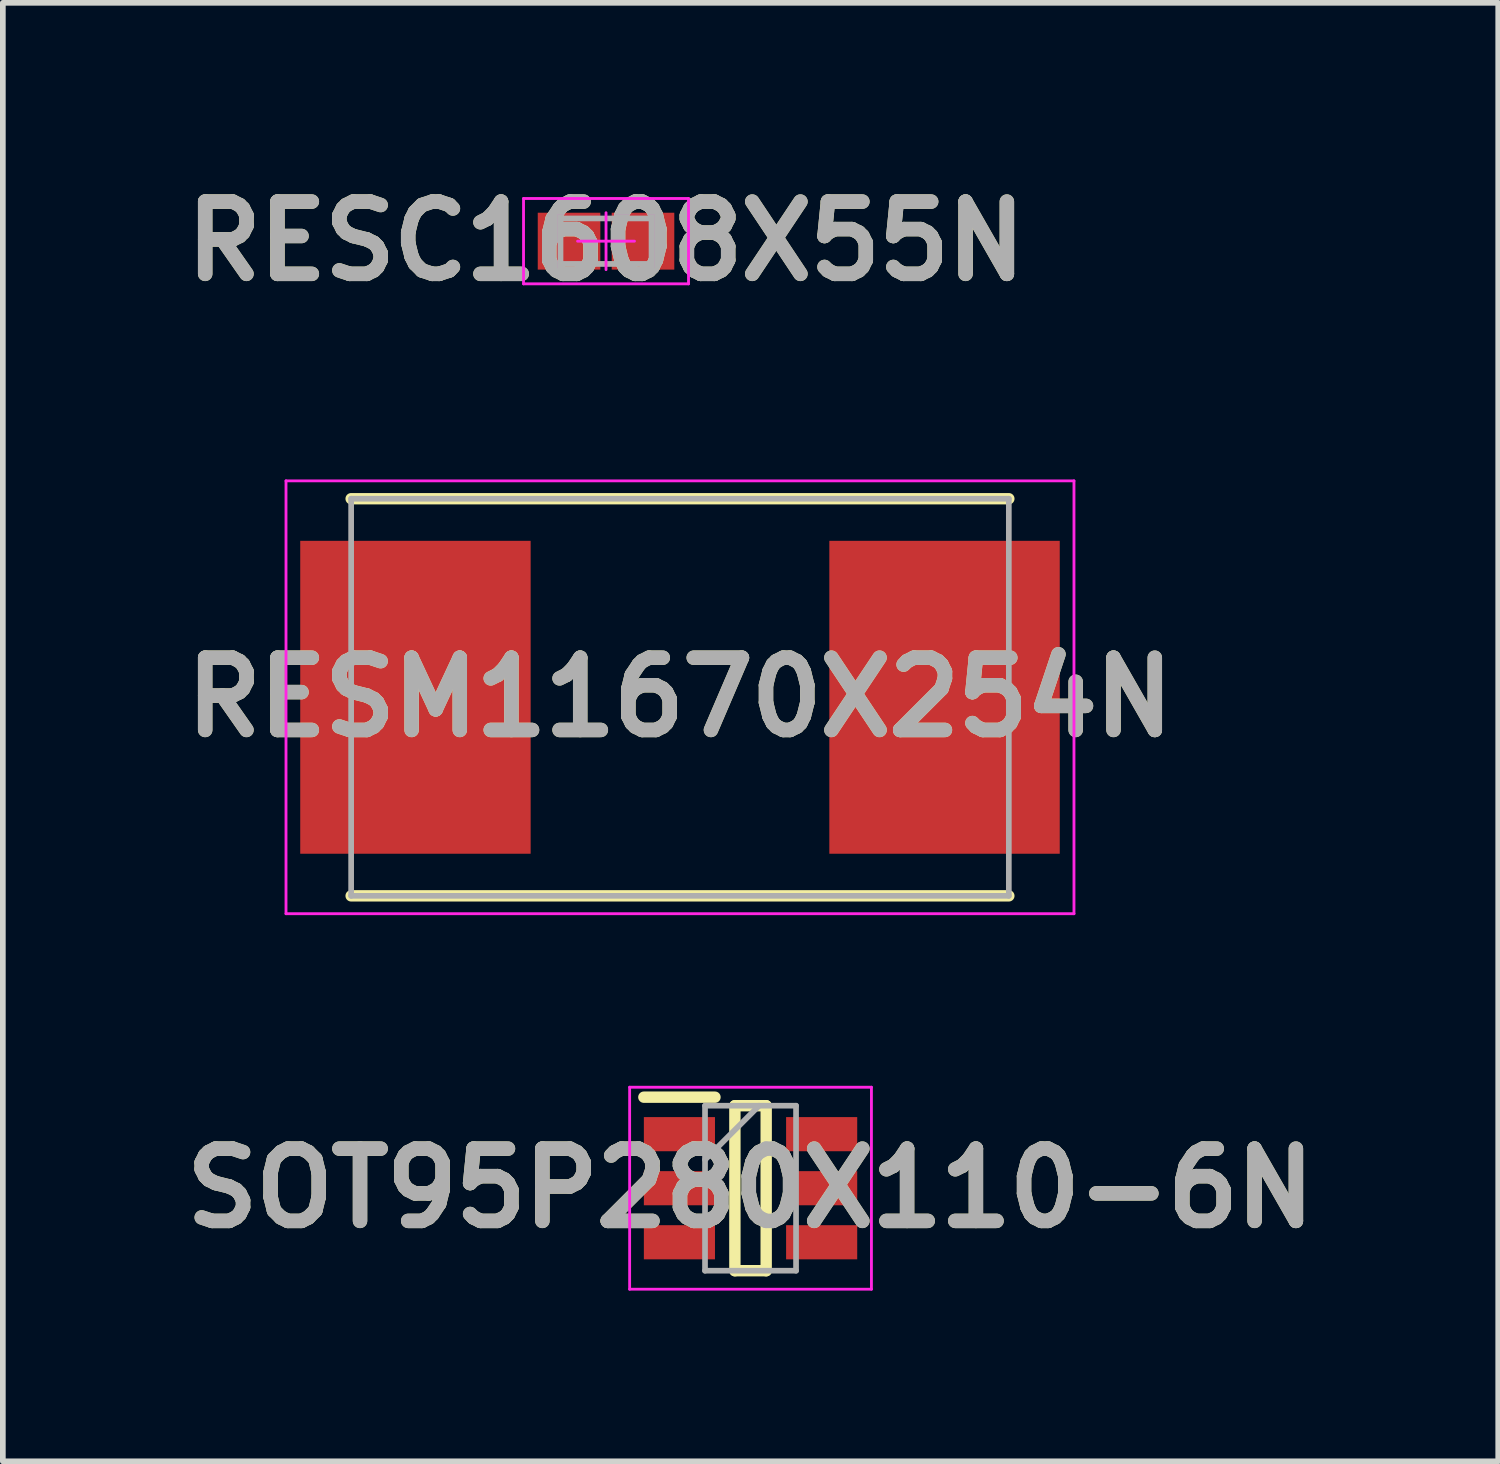
<source format=kicad_pcb>
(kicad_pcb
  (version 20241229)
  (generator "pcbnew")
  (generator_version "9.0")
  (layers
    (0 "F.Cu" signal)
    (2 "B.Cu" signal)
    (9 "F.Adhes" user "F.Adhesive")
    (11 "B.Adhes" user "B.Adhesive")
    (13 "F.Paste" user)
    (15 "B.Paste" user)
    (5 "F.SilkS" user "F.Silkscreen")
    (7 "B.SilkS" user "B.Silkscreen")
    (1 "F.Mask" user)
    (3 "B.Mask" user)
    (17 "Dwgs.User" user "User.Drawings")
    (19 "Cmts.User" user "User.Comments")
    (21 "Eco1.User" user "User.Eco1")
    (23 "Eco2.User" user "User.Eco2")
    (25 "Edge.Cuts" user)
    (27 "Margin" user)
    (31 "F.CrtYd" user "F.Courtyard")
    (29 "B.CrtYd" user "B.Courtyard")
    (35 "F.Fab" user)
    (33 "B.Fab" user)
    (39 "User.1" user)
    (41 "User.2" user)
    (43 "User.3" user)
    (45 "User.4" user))
  (footprint "RESC1608X55N"
    (layer "F.Cu")
    (at 7.602 1.189)
    (property "Reference" "RESC1608X55N" (at 0 0 0) (layer "F.SilkS") (effects (font (size 1.27 1.27) (thickness 0.254))))
    (attr smd)
    (fp_line (start -1.45 -0.75) (end -1.45 0.75) (stroke (width 0.05) (type solid)) (layer "F.CrtYd"))
    (fp_line (start -1.45 0.75) (end 1.45 0.75) (stroke (width 0.05) (type solid)) (layer "F.CrtYd"))
    (fp_line (start -0.85 -0.475) (end -0.85 0.475) (stroke (width 0.001) (type solid)) (layer "F.CrtYd"))
    (fp_line (start -0.85 0.475) (end 0.85 0.475) (stroke (width 0.001) (type solid)) (layer "F.CrtYd"))
    (fp_line (start -0.5 0) (end 0.5 0) (stroke (width 0.05) (type solid)) (layer "F.CrtYd"))
    (fp_line (start 0 0.5) (end 0 -0.5) (stroke (width 0.05) (type solid)) (layer "F.CrtYd"))
    (fp_line (start 0.85 -0.475) (end -0.85 -0.475) (stroke (width 0.001) (type solid)) (layer "F.CrtYd"))
    (fp_line (start 0.85 0.475) (end 0.85 -0.475) (stroke (width 0.001) (type solid)) (layer "F.CrtYd"))
    (fp_line (start 1.45 -0.75) (end -1.45 -0.75) (stroke (width 0.05) (type solid)) (layer "F.CrtYd"))
    (fp_line (start 1.45 0.75) (end 1.45 -0.75) (stroke (width 0.05) (type solid)) (layer "F.CrtYd"))
    (fp_line (start -0.8 -0.4) (end -0.8 0.4) (stroke (width 0.1) (type solid)) (layer "F.Fab"))
    (fp_line (start -0.8 0.4) (end 0.8 0.4) (stroke (width 0.1) (type solid)) (layer "F.Fab"))
    (fp_line (start 0.8 -0.4) (end -0.8 -0.4) (stroke (width 0.1) (type solid)) (layer "F.Fab"))
    (fp_line (start 0.8 0.4) (end 0.8 -0.4) (stroke (width 0.1) (type solid)) (layer "F.Fab"))
    (fp_text user "${REFERENCE}" (at 0 0 0) (layer "F.Fab") (effects (font (size 1.27 1.27) (thickness 0.254))))
    (pad "1" smd rect (at -0.65 0 90) (size 1 1.1) (layers "F.Cu" "F.Mask" "F.Paste"))
    (pad "2" smd rect (at 0.65 0 90) (size 1 1.1) (layers "F.Cu" "F.Mask" "F.Paste")))
  (footprint "SOT95P280X110-6N"
    (layer "F.Cu")
    (at 10.142 17.835)
    (property "Reference" "SOT95P280X110-6N" (at 0 0 0) (layer "F.SilkS") (effects (font (size 1.27 1.27) (thickness 0.254))))
    (attr smd)
    (fp_line (start -1.875 -1.6) (end -0.625 -1.6) (stroke (width 0.2) (type solid)) (layer "F.SilkS"))
    (fp_line (start -0.275 -1.45) (end 0.275 -1.45) (stroke (width 0.2) (type solid)) (layer "F.SilkS"))
    (fp_line (start -0.275 1.45) (end -0.275 -1.45) (stroke (width 0.2) (type solid)) (layer "F.SilkS"))
    (fp_line (start 0.275 -1.45) (end 0.275 1.45) (stroke (width 0.2) (type solid)) (layer "F.SilkS"))
    (fp_line (start 0.275 1.45) (end -0.275 1.45) (stroke (width 0.2) (type solid)) (layer "F.SilkS"))
    (fp_line (start -2.125 -1.775) (end 2.125 -1.775) (stroke (width 0.05) (type solid)) (layer "F.CrtYd"))
    (fp_line (start -2.125 1.775) (end -2.125 -1.775) (stroke (width 0.05) (type solid)) (layer "F.CrtYd"))
    (fp_line (start 2.125 -1.775) (end 2.125 1.775) (stroke (width 0.05) (type solid)) (layer "F.CrtYd"))
    (fp_line (start 2.125 1.775) (end -2.125 1.775) (stroke (width 0.05) (type solid)) (layer "F.CrtYd"))
    (fp_line (start -0.8 -1.45) (end 0.8 -1.45) (stroke (width 0.1) (type solid)) (layer "F.Fab"))
    (fp_line (start -0.8 -0.5) (end 0.15 -1.45) (stroke (width 0.1) (type solid)) (layer "F.Fab"))
    (fp_line (start -0.8 1.45) (end -0.8 -1.45) (stroke (width 0.1) (type solid)) (layer "F.Fab"))
    (fp_line (start 0.8 -1.45) (end 0.8 1.45) (stroke (width 0.1) (type solid)) (layer "F.Fab"))
    (fp_line (start 0.8 1.45) (end -0.8 1.45) (stroke (width 0.1) (type solid)) (layer "F.Fab"))
    (fp_text user "${REFERENCE}" (at 0 0 0) (layer "F.Fab") (effects (font (size 1.27 1.27) (thickness 0.254))))
    (pad "1" smd rect (at -1.25 -0.95 90) (size 0.6 1.25) (layers "F.Cu" "F.Mask" "F.Paste"))
    (pad "2" smd rect (at -1.25 0 90) (size 0.6 1.25) (layers "F.Cu" "F.Mask" "F.Paste"))
    (pad "3" smd rect (at -1.25 0.95 90) (size 0.6 1.25) (layers "F.Cu" "F.Mask" "F.Paste"))
    (pad "4" smd rect (at 1.25 0.95 90) (size 0.6 1.25) (layers "F.Cu" "F.Mask" "F.Paste"))
    (pad "5" smd rect (at 1.25 0 90) (size 0.6 1.25) (layers "F.Cu" "F.Mask" "F.Paste"))
    (pad "6" smd rect (at 1.25 -0.95 90) (size 0.6 1.25) (layers "F.Cu" "F.Mask" "F.Paste")))
  (footprint "RESM11670X254N"
    (layer "F.Cu")
    (at 8.902 9.206)
    (property "Reference" "RESM11670X254N" (at 0 0 0) (layer "F.SilkS") (effects (font (size 1.27 1.27) (thickness 0.254))))
    (attr smd)
    (fp_line (start -5.78 3.49) (end 5.78 3.49) (stroke (width 0.2) (type solid)) (layer "F.SilkS"))
    (fp_line (start 5.78 -3.49) (end -5.78 -3.49) (stroke (width 0.2) (type solid)) (layer "F.SilkS"))
    (fp_line (start -6.925 -3.804) (end 6.925 -3.804) (stroke (width 0.05) (type solid)) (layer "F.CrtYd"))
    (fp_line (start -6.925 3.804) (end -6.925 -3.804) (stroke (width 0.05) (type solid)) (layer "F.CrtYd"))
    (fp_line (start 6.925 -3.804) (end 6.925 3.804) (stroke (width 0.05) (type solid)) (layer "F.CrtYd"))
    (fp_line (start 6.925 3.804) (end -6.925 3.804) (stroke (width 0.05) (type solid)) (layer "F.CrtYd"))
    (fp_line (start -5.78 -3.49) (end 5.78 -3.49) (stroke (width 0.1) (type solid)) (layer "F.Fab"))
    (fp_line (start -5.78 3.49) (end -5.78 -3.49) (stroke (width 0.1) (type solid)) (layer "F.Fab"))
    (fp_line (start 5.78 -3.49) (end 5.78 3.49) (stroke (width 0.1) (type solid)) (layer "F.Fab"))
    (fp_line (start 5.78 3.49) (end -5.78 3.49) (stroke (width 0.1) (type solid)) (layer "F.Fab"))
    (fp_text user "${REFERENCE}" (at 0 0 0) (layer "F.Fab") (effects (font (size 1.27 1.27) (thickness 0.254))))
    (pad "1" smd rect (at -4.65 0) (size 4.05 5.5) (layers "F.Cu" "F.Mask" "F.Paste"))
    (pad "2" smd rect (at 4.65 0) (size 4.05 5.5) (layers "F.Cu" "F.Mask" "F.Paste")))
  (gr_rect
    (start -3 -3)
    (end 23.284 22.635)
    (stroke (width 0.1) (type default))
    (fill no)
    (layer "Edge.Cuts")))
</source>
